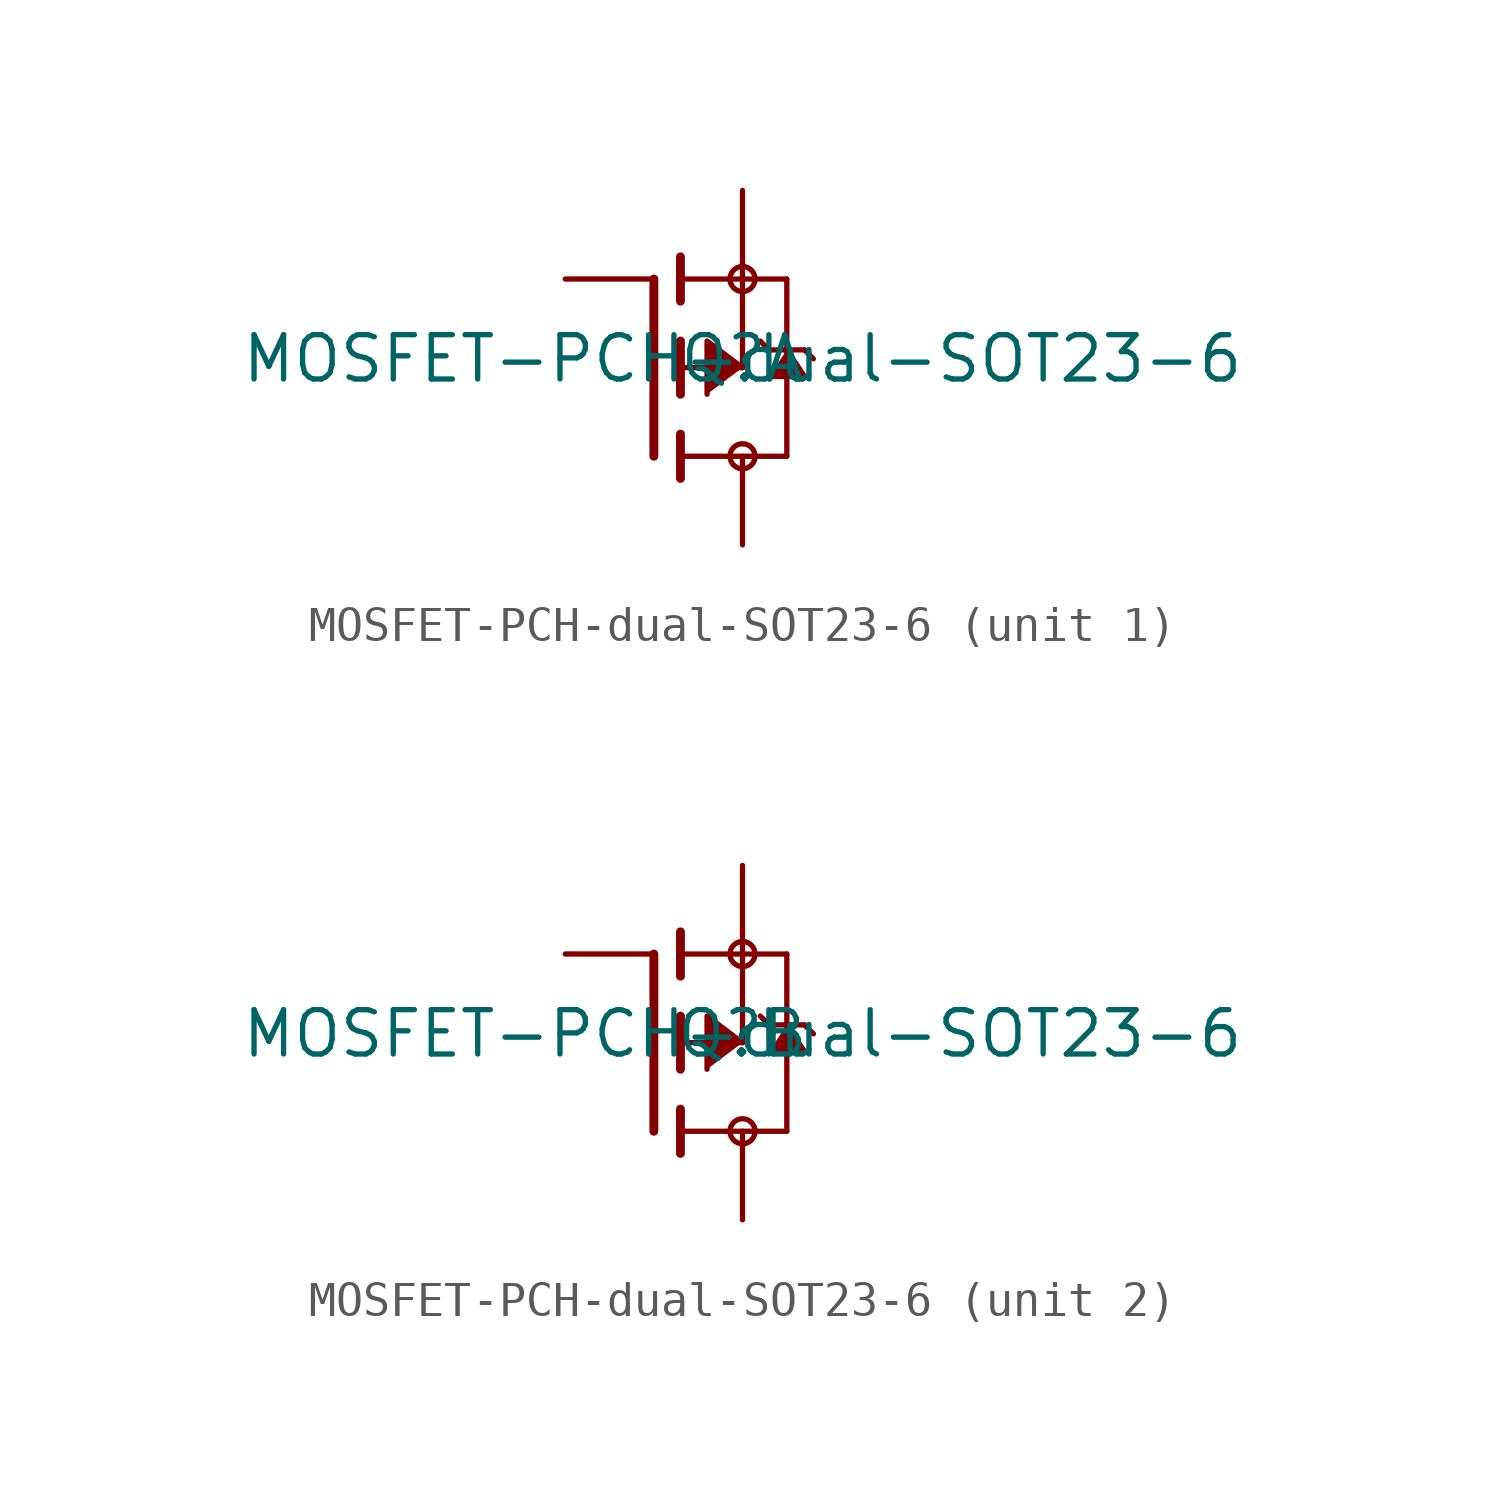
<source format=kicad_sym>
(kicad_symbol_lib
  (version 20220914)
  (generator kicad_symbol_editor)
  (symbol "MOSFET-PCH-dual-SOT23-6"
    (property "Reference" "Q"
      (at 2.54 0.254 0)
      (effects (font (size 1.27 1.27))))
    (property "Value" "MOSFET-PCH-dual-SOT23-6"
      (at 2.54 0.254 0)
      (effects (font (size 1.27 1.27))))
    (symbol "MOSFET-PCH-dual-SOT23-6_1_0"
      (polyline (pts (xy 0 -2.54) (xy 0 2.54)) (stroke (width 0.254) (type default)) (fill (type none)))
      (polyline (pts (xy 0.762 -3.175) (xy 0.762 -2.54)) (stroke (width 0.254) (type default)) (fill (type none)))
      (polyline (pts (xy 0.762 -2.54) (xy 0.762 -1.905)) (stroke (width 0.254) (type default)) (fill (type none)))
      (polyline (pts (xy 0.762 -2.54) (xy 3.81 -2.54)) (stroke (width 0.152) (type default)) (fill (type none)))
      (polyline (pts (xy 0.762 -0.762) (xy 0.762 0)) (stroke (width 0.254) (type default)) (fill (type none)))
      (polyline (pts (xy 0.762 0) (xy 0.762 0.762)) (stroke (width 0.254) (type default)) (fill (type none)))
      (polyline (pts (xy 0.762 0) (xy 2.54 0)) (stroke (width 0.152) (type default)) (fill (type none)))
      (polyline (pts (xy 0.762 1.905) (xy 0.762 2.54)) (stroke (width 0.254) (type default)) (fill (type none)))
      (polyline (pts (xy 0.762 2.54) (xy 0.762 3.175)) (stroke (width 0.254) (type default)) (fill (type none)))
      (polyline (pts (xy 2.54 0) (xy 2.54 2.54)) (stroke (width 0.152) (type default)) (fill (type none)))
      (polyline (pts (xy 2.54 2.54) (xy 0.762 2.54)) (stroke (width 0.152) (type default)) (fill (type none)))
      (polyline (pts (xy 2.54 2.54) (xy 3.81 2.54)) (stroke (width 0.152) (type default)) (fill (type none)))
      (polyline (pts (xy 3.048 0.762) (xy 3.302 0.508)) (stroke (width 0.152) (type default)) (fill (type none)))
      (polyline (pts (xy 3.302 0.508) (xy 3.81 0.508)) (stroke (width 0.152) (type default)) (fill (type none)))
      (polyline (pts (xy 3.81 -2.54) (xy 3.81 0.508)) (stroke (width 0.152) (type default)) (fill (type none)))
      (polyline (pts (xy 3.81 0.508) (xy 3.81 2.54)) (stroke (width 0.152) (type default)) (fill (type none)))
      (polyline (pts (xy 3.81 0.508) (xy 4.318 0.508)) (stroke (width 0.152) (type default)) (fill (type none)))
      (polyline (pts (xy 4.318 0.508) (xy 4.572 0.254)) (stroke (width 0.152) (type default)) (fill (type none)))
      (polyline (pts (xy 2.54 0) (xy 1.524 0.762) (xy 1.524 -0.762)) (stroke (width 0) (type default)) (fill (type outline)))
      (polyline (pts (xy 3.81 0.508) (xy 4.318 -0.254) (xy 3.302 -0.254)) (stroke (width 0) (type default)) (fill (type outline)))
      (circle (center 2.54 -2.54) (radius 0.359) (stroke (width 0) (type default)) (fill (type none)))
      (circle (center 2.54 2.54) (radius 0.359) (stroke (width 0) (type default)) (fill (type none)))
      (pin passive line (at -2.54 2.54 0) (length 2.54) (name "G" (effects (font (size 0 0)))) (number "1" (effects (font (size 0 0)))))
      (pin passive line (at 2.54 5.08 270) (length 2.54) (name "S" (effects (font (size 0 0)))) (number "5" (effects (font (size 0 0)))))
      (pin passive line (at 2.54 -5.08 90) (length 2.54) (name "D" (effects (font (size 0 0)))) (number "6" (effects (font (size 0 0))))))
    (symbol "MOSFET-PCH-dual-SOT23-6_2_0"
      (polyline (pts (xy 0 -2.54) (xy 0 2.54)) (stroke (width 0.254) (type default)) (fill (type none)))
      (polyline (pts (xy 0.762 -3.175) (xy 0.762 -2.54)) (stroke (width 0.254) (type default)) (fill (type none)))
      (polyline (pts (xy 0.762 -2.54) (xy 0.762 -1.905)) (stroke (width 0.254) (type default)) (fill (type none)))
      (polyline (pts (xy 0.762 -2.54) (xy 3.81 -2.54)) (stroke (width 0.152) (type default)) (fill (type none)))
      (polyline (pts (xy 0.762 -0.762) (xy 0.762 0)) (stroke (width 0.254) (type default)) (fill (type none)))
      (polyline (pts (xy 0.762 0) (xy 0.762 0.762)) (stroke (width 0.254) (type default)) (fill (type none)))
      (polyline (pts (xy 0.762 0) (xy 2.54 0)) (stroke (width 0.152) (type default)) (fill (type none)))
      (polyline (pts (xy 0.762 1.905) (xy 0.762 2.54)) (stroke (width 0.254) (type default)) (fill (type none)))
      (polyline (pts (xy 0.762 2.54) (xy 0.762 3.175)) (stroke (width 0.254) (type default)) (fill (type none)))
      (polyline (pts (xy 2.54 0) (xy 2.54 2.54)) (stroke (width 0.152) (type default)) (fill (type none)))
      (polyline (pts (xy 2.54 2.54) (xy 0.762 2.54)) (stroke (width 0.152) (type default)) (fill (type none)))
      (polyline (pts (xy 2.54 2.54) (xy 3.81 2.54)) (stroke (width 0.152) (type default)) (fill (type none)))
      (polyline (pts (xy 3.048 0.762) (xy 3.302 0.508)) (stroke (width 0.152) (type default)) (fill (type none)))
      (polyline (pts (xy 3.302 0.508) (xy 3.81 0.508)) (stroke (width 0.152) (type default)) (fill (type none)))
      (polyline (pts (xy 3.81 -2.54) (xy 3.81 0.508)) (stroke (width 0.152) (type default)) (fill (type none)))
      (polyline (pts (xy 3.81 0.508) (xy 3.81 2.54)) (stroke (width 0.152) (type default)) (fill (type none)))
      (polyline (pts (xy 3.81 0.508) (xy 4.318 0.508)) (stroke (width 0.152) (type default)) (fill (type none)))
      (polyline (pts (xy 4.318 0.508) (xy 4.572 0.254)) (stroke (width 0.152) (type default)) (fill (type none)))
      (polyline (pts (xy 2.54 0) (xy 1.524 0.762) (xy 1.524 -0.762)) (stroke (width 0) (type default)) (fill (type outline)))
      (polyline (pts (xy 3.81 0.508) (xy 4.318 -0.254) (xy 3.302 -0.254)) (stroke (width 0) (type default)) (fill (type outline)))
      (circle (center 2.54 -2.54) (radius 0.359) (stroke (width 0) (type default)) (fill (type none)))
      (circle (center 2.54 2.54) (radius 0.359) (stroke (width 0) (type default)) (fill (type none)))
      (pin passive line (at 2.54 5.08 270) (length 2.54) (name "S" (effects (font (size 0 0)))) (number "2" (effects (font (size 0 0)))))
      (pin passive line (at -2.54 2.54 0) (length 2.54) (name "G" (effects (font (size 0 0)))) (number "3" (effects (font (size 0 0)))))
      (pin passive line (at 2.54 -5.08 90) (length 2.54) (name "D" (effects (font (size 0 0)))) (number "4" (effects (font (size 0 0))))))))
</source>
